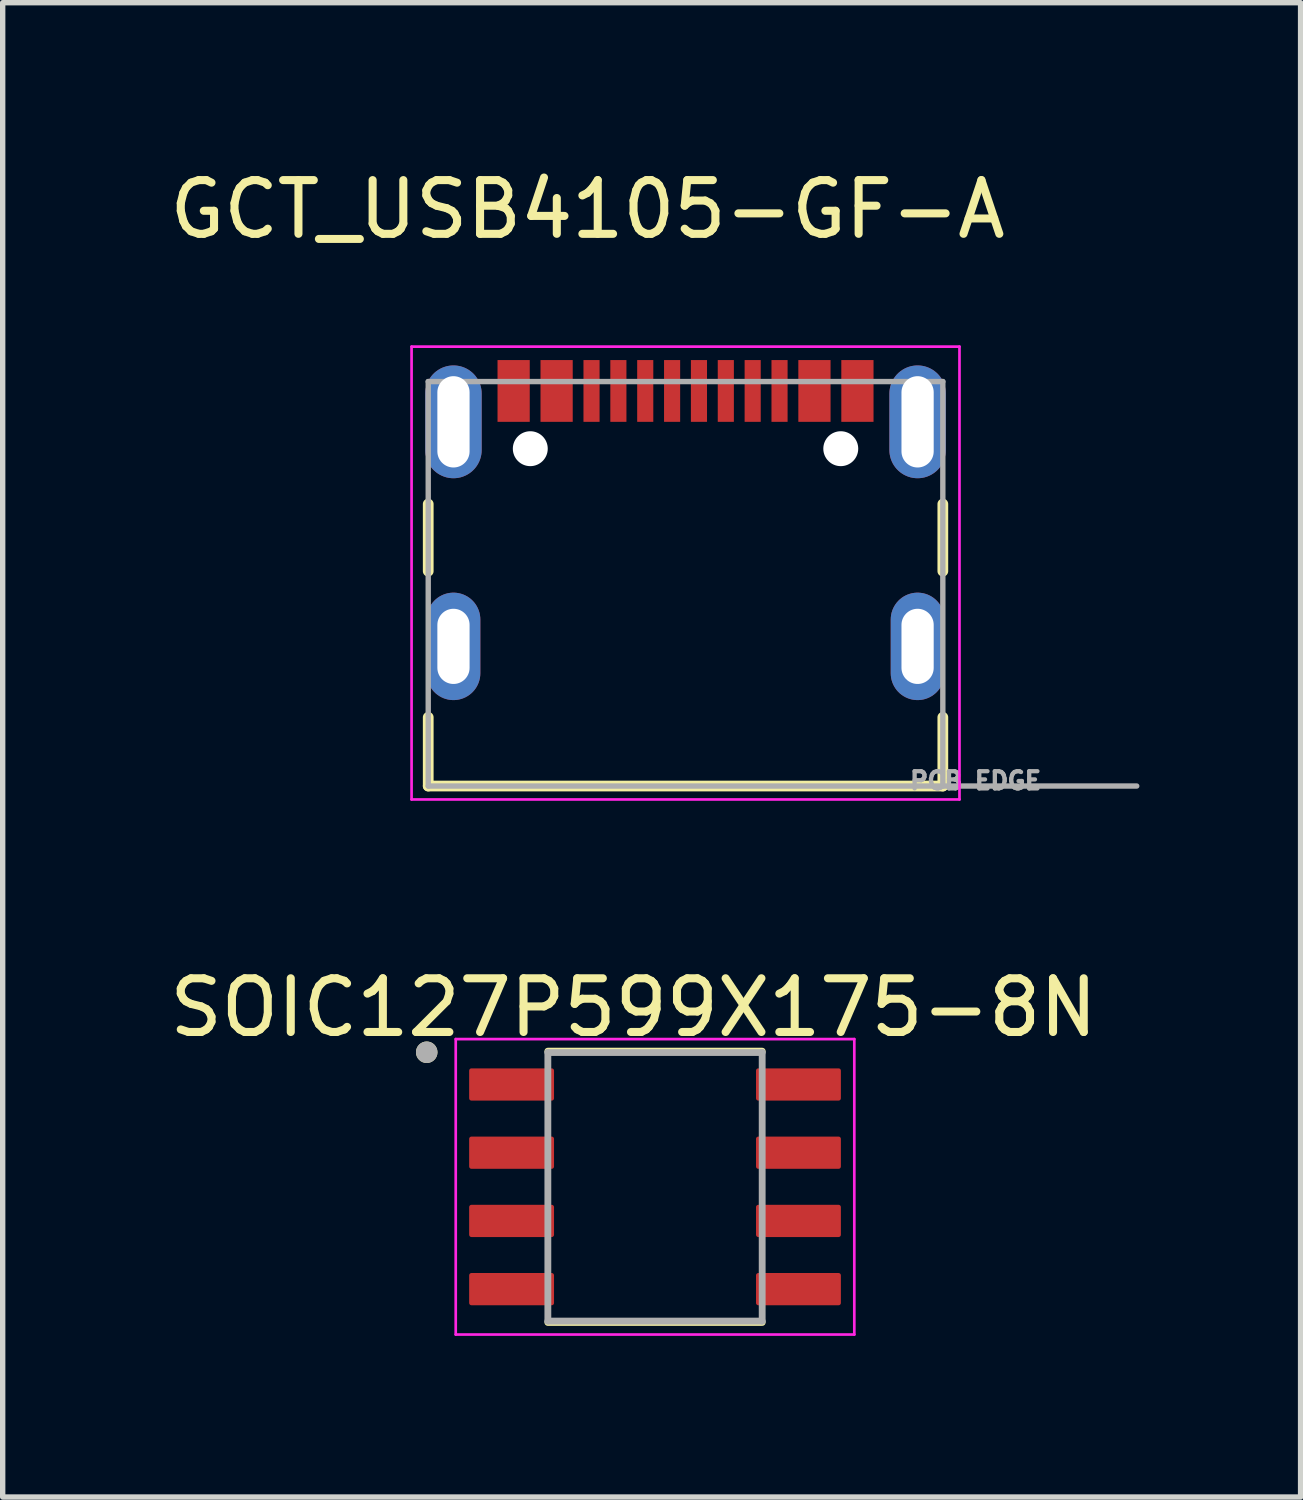
<source format=kicad_pcb>
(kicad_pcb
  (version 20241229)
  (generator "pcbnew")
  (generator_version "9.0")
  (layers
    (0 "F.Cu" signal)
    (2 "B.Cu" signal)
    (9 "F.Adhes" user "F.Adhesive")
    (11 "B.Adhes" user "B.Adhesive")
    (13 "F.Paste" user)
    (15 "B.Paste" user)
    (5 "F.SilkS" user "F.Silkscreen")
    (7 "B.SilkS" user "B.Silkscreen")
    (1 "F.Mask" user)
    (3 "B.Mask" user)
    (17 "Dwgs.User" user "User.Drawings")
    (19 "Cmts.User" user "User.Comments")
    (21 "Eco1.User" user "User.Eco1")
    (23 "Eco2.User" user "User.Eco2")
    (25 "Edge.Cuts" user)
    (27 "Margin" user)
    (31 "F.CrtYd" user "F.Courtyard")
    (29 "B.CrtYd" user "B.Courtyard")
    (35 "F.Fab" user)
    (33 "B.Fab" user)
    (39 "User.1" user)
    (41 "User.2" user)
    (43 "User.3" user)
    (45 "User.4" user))
  (footprint "GCT_USB4105-GF-A"
    (layer "F.Cu")
    (at 9.712 8.983)
    (property "Reference" "GCT_USB4105-GF-A" (at -1.825 -8.135 0) (layer "F.SilkS") (effects (font (size 1 1) (thickness 0.15))))
    (attr smd)
    (fp_line (start -4.79 -2.65) (end -4.79 -1.4) (stroke (width 0.2) (type solid)) (layer "F.SilkS"))
    (fp_line (start -4.79 1.32) (end -4.79 2.6) (stroke (width 0.2) (type solid)) (layer "F.SilkS"))
    (fp_line (start -4.79 2.6) (end 4.79 2.6) (stroke (width 0.2) (type solid)) (layer "F.SilkS"))
    (fp_line (start 4.79 -2.65) (end 4.79 -1.4) (stroke (width 0.2) (type solid)) (layer "F.SilkS"))
    (fp_line (start 4.79 2.6) (end 4.79 1.32) (stroke (width 0.2) (type solid)) (layer "F.SilkS"))
    (fp_line (start -5.1 -5.58) (end -5.1 2.85) (stroke (width 0.05) (type solid)) (layer "F.CrtYd"))
    (fp_line (start -5.1 2.85) (end 5.1 2.85) (stroke (width 0.05) (type solid)) (layer "F.CrtYd"))
    (fp_line (start 5.1 -5.58) (end -5.1 -5.58) (stroke (width 0.05) (type solid)) (layer "F.CrtYd"))
    (fp_line (start 5.1 2.85) (end 5.1 -5.58) (stroke (width 0.05) (type solid)) (layer "F.CrtYd"))
    (fp_line (start -4.79 -4.93) (end 4.79 -4.93) (stroke (width 0.1) (type solid)) (layer "F.Fab"))
    (fp_line (start -4.79 2.6) (end -4.79 -4.93) (stroke (width 0.1) (type solid)) (layer "F.Fab"))
    (fp_line (start 4.79 -4.93) (end 4.79 2.6) (stroke (width 0.1) (type solid)) (layer "F.Fab"))
    (fp_line (start 4.79 2.6) (end -4.79 2.6) (stroke (width 0.1) (type solid)) (layer "F.Fab"))
    (fp_line (start 4.8 2.6) (end 8.4 2.6) (stroke (width 0.1) (type solid)) (layer "F.Fab"))
    (fp_text user "PCB EDGE" (at 5.4 2.5 0) (layer "F.Fab") (effects (font (size 0.32 0.32) (thickness 0.08))))
    (pad "" np_thru_hole circle (at -2.89 -3.68) (size 0.65 0.65) (drill 0.65) (layers "*.Cu" "*.Mask"))
    (pad "" np_thru_hole circle (at 2.89 -3.68) (size 0.65 0.65) (drill 0.65) (layers "*.Cu" "*.Mask"))
    (pad "A1_B12" smd rect (at -3.2 -4.755) (size 0.6 1.15) (layers "F.Cu" "F.Mask" "F.Paste"))
    (pad "A4_B9" smd rect (at -2.4 -4.755) (size 0.6 1.15) (layers "F.Cu" "F.Mask" "F.Paste"))
    (pad "A5" smd rect (at -1.25 -4.755) (size 0.3 1.15) (layers "F.Cu" "F.Mask" "F.Paste"))
    (pad "A6" smd rect (at -0.25 -4.755) (size 0.3 1.15) (layers "F.Cu" "F.Mask" "F.Paste"))
    (pad "A7" smd rect (at 0.25 -4.755) (size 0.3 1.15) (layers "F.Cu" "F.Mask" "F.Paste"))
    (pad "A8" smd rect (at 1.25 -4.755) (size 0.3 1.15) (layers "F.Cu" "F.Mask" "F.Paste"))
    (pad "B1_A12" smd rect (at 3.2 -4.755) (size 0.6 1.15) (layers "F.Cu" "F.Mask" "F.Paste"))
    (pad "B4_A9" smd rect (at 2.4 -4.755) (size 0.6 1.15) (layers "F.Cu" "F.Mask" "F.Paste"))
    (pad "B5" smd rect (at 1.75 -4.755) (size 0.3 1.15) (layers "F.Cu" "F.Mask" "F.Paste"))
    (pad "B6" smd rect (at 0.75 -4.755) (size 0.3 1.15) (layers "F.Cu" "F.Mask" "F.Paste"))
    (pad "B7" smd rect (at -0.75 -4.755) (size 0.3 1.15) (layers "F.Cu" "F.Mask" "F.Paste"))
    (pad "B8" smd rect (at -1.75 -4.755) (size 0.3 1.15) (layers "F.Cu" "F.Mask" "F.Paste"))
    (pad "S1" thru_hole oval (at -4.32 -4.18) (size 1.05 2.1) (drill oval 0.6 1.7) (layers "*.Cu" "*.Mask"))
    (pad "S2" thru_hole oval (at -4.32 0) (size 1 2) (drill oval 0.6 1.4) (layers "*.Cu" "*.Mask"))
    (pad "S3" thru_hole oval (at 4.32 0) (size 1 2) (drill oval 0.6 1.4) (layers "*.Cu" "*.Mask"))
    (pad "S4" thru_hole oval (at 4.32 -4.18) (size 1.05 2.1) (drill oval 0.6 1.7) (layers "*.Cu" "*.Mask")))
  (footprint "SOIC127P599X175-8N"
    (layer "F.Cu")
    (at 9.144 19.044)
    (property "Reference" "SOIC127P599X175-8N" (at -0.4 -3.337 0) (layer "F.SilkS") (effects (font (size 1 1) (thickness 0.15))))
    (attr smd)
    (fp_line (start -1.995 -2.525) (end 1.995 -2.525) (stroke (width 0.127) (type solid)) (layer "F.SilkS"))
    (fp_line (start -1.995 2.525) (end 1.995 2.525) (stroke (width 0.127) (type solid)) (layer "F.SilkS"))
    (fp_circle (center -4.25 -2.505) (end -4.15 -2.505) (stroke (width 0.2) (type solid)) (fill no) (layer "F.SilkS"))
    (fp_line (start -3.71 -2.75) (end -3.71 2.75) (stroke (width 0.05) (type solid)) (layer "F.CrtYd"))
    (fp_line (start -3.71 -2.75) (end 3.71 -2.75) (stroke (width 0.05) (type solid)) (layer "F.CrtYd"))
    (fp_line (start -3.71 2.75) (end 3.71 2.75) (stroke (width 0.05) (type solid)) (layer "F.CrtYd"))
    (fp_line (start 3.71 -2.75) (end 3.71 2.75) (stroke (width 0.05) (type solid)) (layer "F.CrtYd"))
    (fp_line (start -1.995 -2.5) (end -1.995 2.5) (stroke (width 0.127) (type solid)) (layer "F.Fab"))
    (fp_line (start -1.995 -2.5) (end 1.995 -2.5) (stroke (width 0.127) (type solid)) (layer "F.Fab"))
    (fp_line (start -1.995 2.5) (end 1.995 2.5) (stroke (width 0.127) (type solid)) (layer "F.Fab"))
    (fp_line (start 1.995 -2.5) (end 1.995 2.5) (stroke (width 0.127) (type solid)) (layer "F.Fab"))
    (fp_circle (center -4.25 -2.505) (end -4.15 -2.505) (stroke (width 0.2) (type solid)) (fill no) (layer "F.Fab"))
    (pad "1" smd roundrect (at -2.67 -1.905) (size 1.58 0.6) (layers "F.Cu" "F.Mask" "F.Paste") (roundrect_rratio 0.07))
    (pad "2" smd roundrect (at -2.67 -0.635) (size 1.58 0.6) (layers "F.Cu" "F.Mask" "F.Paste") (roundrect_rratio 0.07))
    (pad "3" smd roundrect (at -2.67 0.635) (size 1.58 0.6) (layers "F.Cu" "F.Mask" "F.Paste") (roundrect_rratio 0.07))
    (pad "4" smd roundrect (at -2.67 1.905) (size 1.58 0.6) (layers "F.Cu" "F.Mask" "F.Paste") (roundrect_rratio 0.07))
    (pad "5" smd roundrect (at 2.67 1.905) (size 1.58 0.6) (layers "F.Cu" "F.Mask" "F.Paste") (roundrect_rratio 0.07))
    (pad "6" smd roundrect (at 2.67 0.635) (size 1.58 0.6) (layers "F.Cu" "F.Mask" "F.Paste") (roundrect_rratio 0.07))
    (pad "7" smd roundrect (at 2.67 -0.635) (size 1.58 0.6) (layers "F.Cu" "F.Mask" "F.Paste") (roundrect_rratio 0.07))
    (pad "8" smd roundrect (at 2.67 -1.905) (size 1.58 0.6) (layers "F.Cu" "F.Mask" "F.Paste") (roundrect_rratio 0.07)))
  (gr_rect
    (start -3 -3)
    (end 21.162 24.819)
    (stroke (width 0.1) (type default))
    (fill no)
    (layer "Edge.Cuts")))
</source>
